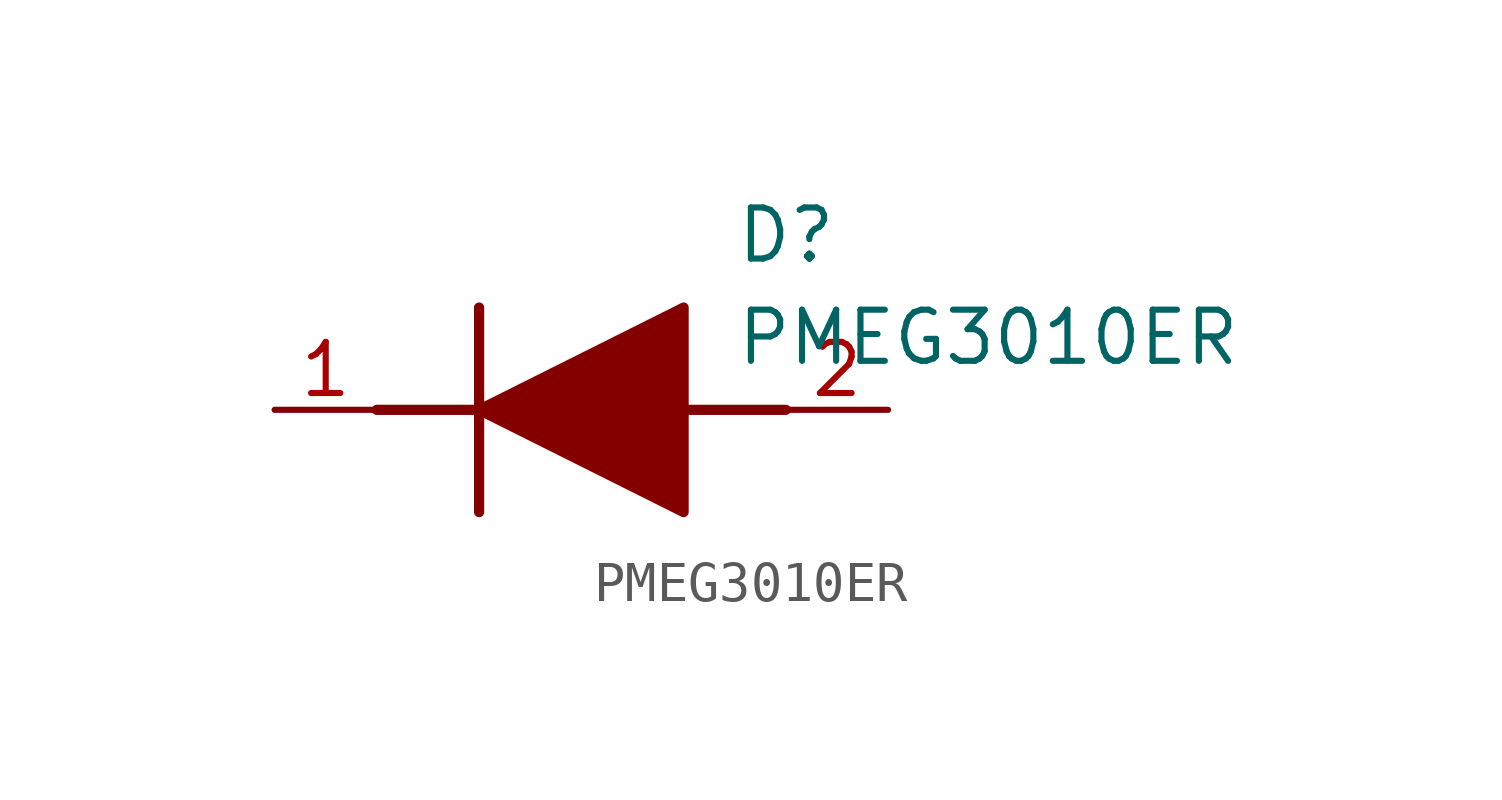
<source format=kicad_sym>
(kicad_symbol_lib
  (version 20211014)
  (generator SamacSys_ECAD_Model)
  (symbol "PMEG3010ER"
    (pin_names hide)
    (property "Reference" "D"
      (at 11.43 5.08 0)
      (effects (font (size 1.27 1.27)) (justify left top)))
    (property "Value" "PMEG3010ER"
      (at 11.43 2.54 0)
      (effects (font (size 1.27 1.27)) (justify left top)))
    (polyline
      (pts (xy 5.08 2.54) (xy 5.08 -2.54))
      (stroke (width 0.254) (type default))
      (fill (type none)))
    (polyline
      (pts (xy 2.54 0) (xy 5.08 0))
      (stroke (width 0.254) (type default))
      (fill (type none)))
    (polyline
      (pts (xy 10.16 0) (xy 12.7 0))
      (stroke (width 0.254) (type default))
      (fill (type none)))
    (polyline
      (pts (xy 5.08 0) (xy 10.16 2.54) (xy 10.16 -2.54) (xy 5.08 0))
      (stroke (width 0.254) (type default))
      (fill (type outline)))
    (pin passive line
      (at 0 0 0)
      (length 2.54)
      (name "K" (effects (font (size 1.27 1.27))))
      (number "1" (effects (font (size 1.27 1.27)))))
    (pin passive line
      (at 15.24 0 180)
      (length 2.54)
      (name "A" (effects (font (size 1.27 1.27))))
      (number "2" (effects (font (size 1.27 1.27)))))))
</source>
